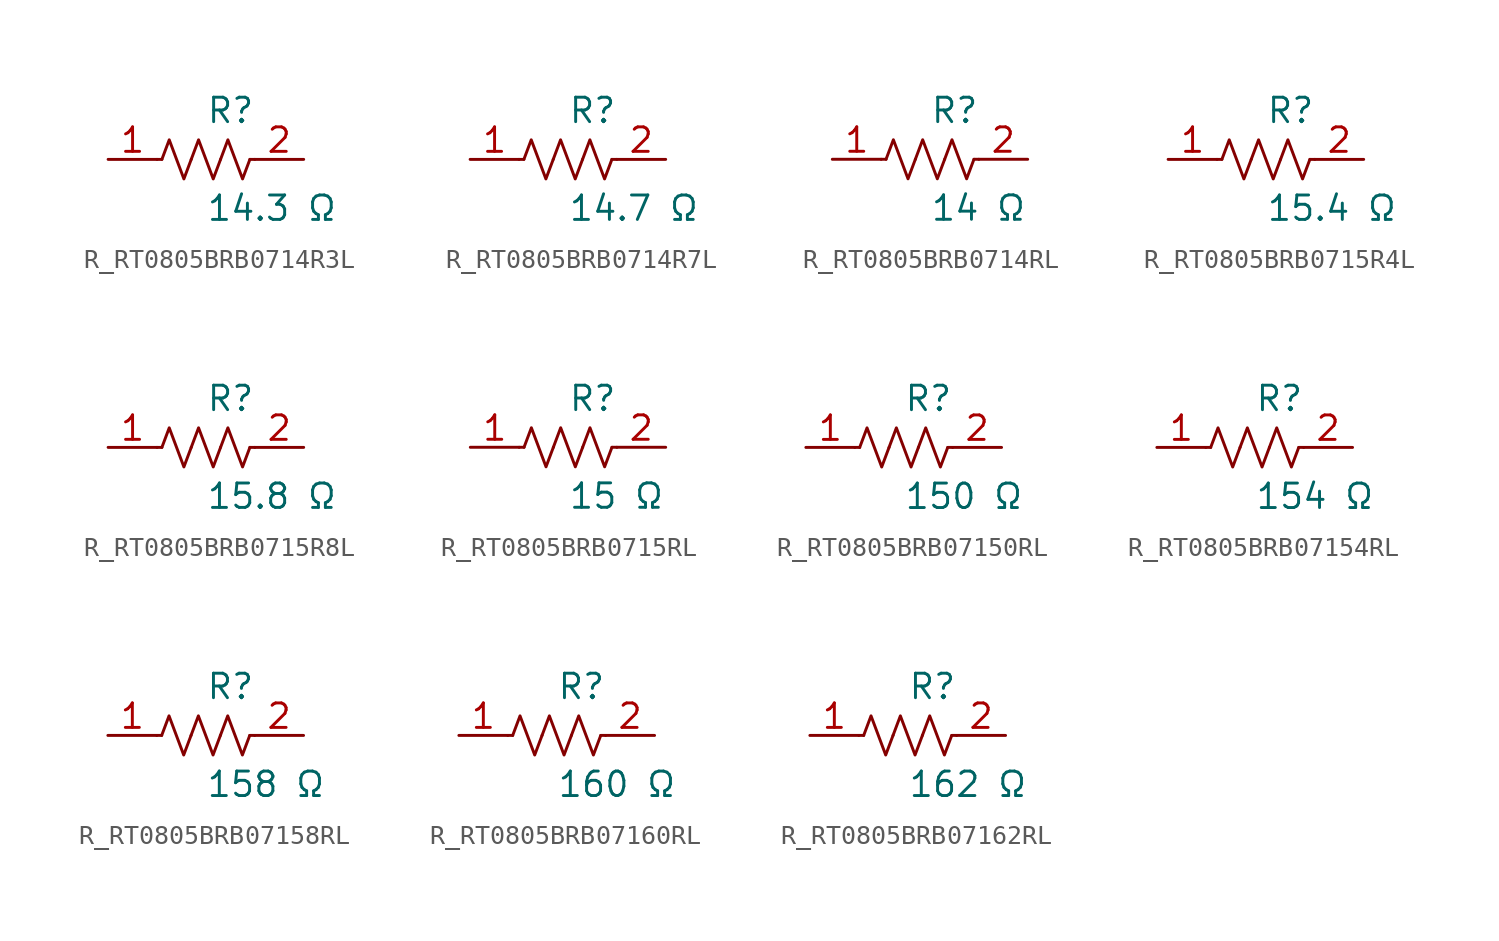
<source format=kicad_sym>
(kicad_symbol_lib
  (version 20231120)
  (generator kicad_symbol_editor)
  (generator_version 8.0)
  (symbol "R_RT0805BRB0714R3L"
    (pin_names
      (offset 0.254))
    (property "Reference" "R"
      (at 0.0 2.54 0)
      (effects (font (size 1.27 1.27)) (justify left)))
    (property "Value" "14.3 Ω"
      (at 0.0 -2.54 0)
      (effects (font (size 1.27 1.27)) (justify left)))
    (symbol "R_RT0805BRB0714R3L_0_1"
      (polyline (pts (xy 2.286 0) (xy 2.54 0)) (stroke (width 0) (type default)) (fill (type none)))
      (polyline (pts (xy -2.286 0) (xy -2.54 0)) (stroke (width 0) (type default)) (fill (type none)))
      (polyline (pts (xy 0.762 0) (xy 1.143 1.016) (xy 1.524 0) (xy 1.905 -1.016) (xy 2.286 0)) (stroke (width 0) (type default)) (fill (type none)))
      (polyline (pts (xy -0.762 0) (xy -0.381 1.016) (xy 0 0) (xy 0.381 -1.016) (xy 0.762 0)) (stroke (width 0) (type default)) (fill (type none)))
      (polyline (pts (xy -2.286 0) (xy -1.905 1.016) (xy -1.524 0) (xy -1.143 -1.016) (xy -0.762 0)) (stroke (width 0) (type default)) (fill (type none))))
    (pin unspecified line
      (at -5.08 0 0)
      (length 2.54)
      (name "" (effects (font (size 1.27 1.27))))
      (number "1" (effects (font (size 1.27 1.27)))))
    (pin unspecified line
      (at 5.08 0 180)
      (length 2.54)
      (name "" (effects (font (size 1.27 1.27))))
      (number "2" (effects (font (size 1.27 1.27))))))
  (symbol "R_RT0805BRB0714R7L"
    (pin_names
      (offset 0.254))
    (property "Reference" "R"
      (at 0.0 2.54 0)
      (effects (font (size 1.27 1.27)) (justify left)))
    (property "Value" "14.7 Ω"
      (at 0.0 -2.54 0)
      (effects (font (size 1.27 1.27)) (justify left)))
    (symbol "R_RT0805BRB0714R7L_0_1"
      (polyline (pts (xy 2.286 0) (xy 2.54 0)) (stroke (width 0) (type default)) (fill (type none)))
      (polyline (pts (xy -2.286 0) (xy -2.54 0)) (stroke (width 0) (type default)) (fill (type none)))
      (polyline (pts (xy 0.762 0) (xy 1.143 1.016) (xy 1.524 0) (xy 1.905 -1.016) (xy 2.286 0)) (stroke (width 0) (type default)) (fill (type none)))
      (polyline (pts (xy -0.762 0) (xy -0.381 1.016) (xy 0 0) (xy 0.381 -1.016) (xy 0.762 0)) (stroke (width 0) (type default)) (fill (type none)))
      (polyline (pts (xy -2.286 0) (xy -1.905 1.016) (xy -1.524 0) (xy -1.143 -1.016) (xy -0.762 0)) (stroke (width 0) (type default)) (fill (type none))))
    (pin unspecified line
      (at -5.08 0 0)
      (length 2.54)
      (name "" (effects (font (size 1.27 1.27))))
      (number "1" (effects (font (size 1.27 1.27)))))
    (pin unspecified line
      (at 5.08 0 180)
      (length 2.54)
      (name "" (effects (font (size 1.27 1.27))))
      (number "2" (effects (font (size 1.27 1.27))))))
  (symbol "R_RT0805BRB0714RL"
    (pin_names
      (offset 0.254))
    (property "Reference" "R"
      (at 0.0 2.54 0)
      (effects (font (size 1.27 1.27)) (justify left)))
    (property "Value" "14 Ω"
      (at 0.0 -2.54 0)
      (effects (font (size 1.27 1.27)) (justify left)))
    (symbol "R_RT0805BRB0714RL_0_1"
      (polyline (pts (xy 2.286 0) (xy 2.54 0)) (stroke (width 0) (type default)) (fill (type none)))
      (polyline (pts (xy -2.286 0) (xy -2.54 0)) (stroke (width 0) (type default)) (fill (type none)))
      (polyline (pts (xy 0.762 0) (xy 1.143 1.016) (xy 1.524 0) (xy 1.905 -1.016) (xy 2.286 0)) (stroke (width 0) (type default)) (fill (type none)))
      (polyline (pts (xy -0.762 0) (xy -0.381 1.016) (xy 0 0) (xy 0.381 -1.016) (xy 0.762 0)) (stroke (width 0) (type default)) (fill (type none)))
      (polyline (pts (xy -2.286 0) (xy -1.905 1.016) (xy -1.524 0) (xy -1.143 -1.016) (xy -0.762 0)) (stroke (width 0) (type default)) (fill (type none))))
    (pin unspecified line
      (at -5.08 0 0)
      (length 2.54)
      (name "" (effects (font (size 1.27 1.27))))
      (number "1" (effects (font (size 1.27 1.27)))))
    (pin unspecified line
      (at 5.08 0 180)
      (length 2.54)
      (name "" (effects (font (size 1.27 1.27))))
      (number "2" (effects (font (size 1.27 1.27))))))
  (symbol "R_RT0805BRB0715R4L"
    (pin_names
      (offset 0.254))
    (property "Reference" "R"
      (at 0.0 2.54 0)
      (effects (font (size 1.27 1.27)) (justify left)))
    (property "Value" "15.4 Ω"
      (at 0.0 -2.54 0)
      (effects (font (size 1.27 1.27)) (justify left)))
    (symbol "R_RT0805BRB0715R4L_0_1"
      (polyline (pts (xy 2.286 0) (xy 2.54 0)) (stroke (width 0) (type default)) (fill (type none)))
      (polyline (pts (xy -2.286 0) (xy -2.54 0)) (stroke (width 0) (type default)) (fill (type none)))
      (polyline (pts (xy 0.762 0) (xy 1.143 1.016) (xy 1.524 0) (xy 1.905 -1.016) (xy 2.286 0)) (stroke (width 0) (type default)) (fill (type none)))
      (polyline (pts (xy -0.762 0) (xy -0.381 1.016) (xy 0 0) (xy 0.381 -1.016) (xy 0.762 0)) (stroke (width 0) (type default)) (fill (type none)))
      (polyline (pts (xy -2.286 0) (xy -1.905 1.016) (xy -1.524 0) (xy -1.143 -1.016) (xy -0.762 0)) (stroke (width 0) (type default)) (fill (type none))))
    (pin unspecified line
      (at -5.08 0 0)
      (length 2.54)
      (name "" (effects (font (size 1.27 1.27))))
      (number "1" (effects (font (size 1.27 1.27)))))
    (pin unspecified line
      (at 5.08 0 180)
      (length 2.54)
      (name "" (effects (font (size 1.27 1.27))))
      (number "2" (effects (font (size 1.27 1.27))))))
  (symbol "R_RT0805BRB0715R8L"
    (pin_names
      (offset 0.254))
    (property "Reference" "R"
      (at 0.0 2.54 0)
      (effects (font (size 1.27 1.27)) (justify left)))
    (property "Value" "15.8 Ω"
      (at 0.0 -2.54 0)
      (effects (font (size 1.27 1.27)) (justify left)))
    (symbol "R_RT0805BRB0715R8L_0_1"
      (polyline (pts (xy 2.286 0) (xy 2.54 0)) (stroke (width 0) (type default)) (fill (type none)))
      (polyline (pts (xy -2.286 0) (xy -2.54 0)) (stroke (width 0) (type default)) (fill (type none)))
      (polyline (pts (xy 0.762 0) (xy 1.143 1.016) (xy 1.524 0) (xy 1.905 -1.016) (xy 2.286 0)) (stroke (width 0) (type default)) (fill (type none)))
      (polyline (pts (xy -0.762 0) (xy -0.381 1.016) (xy 0 0) (xy 0.381 -1.016) (xy 0.762 0)) (stroke (width 0) (type default)) (fill (type none)))
      (polyline (pts (xy -2.286 0) (xy -1.905 1.016) (xy -1.524 0) (xy -1.143 -1.016) (xy -0.762 0)) (stroke (width 0) (type default)) (fill (type none))))
    (pin unspecified line
      (at -5.08 0 0)
      (length 2.54)
      (name "" (effects (font (size 1.27 1.27))))
      (number "1" (effects (font (size 1.27 1.27)))))
    (pin unspecified line
      (at 5.08 0 180)
      (length 2.54)
      (name "" (effects (font (size 1.27 1.27))))
      (number "2" (effects (font (size 1.27 1.27))))))
  (symbol "R_RT0805BRB0715RL"
    (pin_names
      (offset 0.254))
    (property "Reference" "R"
      (at 0.0 2.54 0)
      (effects (font (size 1.27 1.27)) (justify left)))
    (property "Value" "15 Ω"
      (at 0.0 -2.54 0)
      (effects (font (size 1.27 1.27)) (justify left)))
    (symbol "R_RT0805BRB0715RL_0_1"
      (polyline (pts (xy 2.286 0) (xy 2.54 0)) (stroke (width 0) (type default)) (fill (type none)))
      (polyline (pts (xy -2.286 0) (xy -2.54 0)) (stroke (width 0) (type default)) (fill (type none)))
      (polyline (pts (xy 0.762 0) (xy 1.143 1.016) (xy 1.524 0) (xy 1.905 -1.016) (xy 2.286 0)) (stroke (width 0) (type default)) (fill (type none)))
      (polyline (pts (xy -0.762 0) (xy -0.381 1.016) (xy 0 0) (xy 0.381 -1.016) (xy 0.762 0)) (stroke (width 0) (type default)) (fill (type none)))
      (polyline (pts (xy -2.286 0) (xy -1.905 1.016) (xy -1.524 0) (xy -1.143 -1.016) (xy -0.762 0)) (stroke (width 0) (type default)) (fill (type none))))
    (pin unspecified line
      (at -5.08 0 0)
      (length 2.54)
      (name "" (effects (font (size 1.27 1.27))))
      (number "1" (effects (font (size 1.27 1.27)))))
    (pin unspecified line
      (at 5.08 0 180)
      (length 2.54)
      (name "" (effects (font (size 1.27 1.27))))
      (number "2" (effects (font (size 1.27 1.27))))))
  (symbol "R_RT0805BRB07150RL"
    (pin_names
      (offset 0.254))
    (property "Reference" "R"
      (at 0.0 2.54 0)
      (effects (font (size 1.27 1.27)) (justify left)))
    (property "Value" "150 Ω"
      (at 0.0 -2.54 0)
      (effects (font (size 1.27 1.27)) (justify left)))
    (symbol "R_RT0805BRB07150RL_0_1"
      (polyline (pts (xy 2.286 0) (xy 2.54 0)) (stroke (width 0) (type default)) (fill (type none)))
      (polyline (pts (xy -2.286 0) (xy -2.54 0)) (stroke (width 0) (type default)) (fill (type none)))
      (polyline (pts (xy 0.762 0) (xy 1.143 1.016) (xy 1.524 0) (xy 1.905 -1.016) (xy 2.286 0)) (stroke (width 0) (type default)) (fill (type none)))
      (polyline (pts (xy -0.762 0) (xy -0.381 1.016) (xy 0 0) (xy 0.381 -1.016) (xy 0.762 0)) (stroke (width 0) (type default)) (fill (type none)))
      (polyline (pts (xy -2.286 0) (xy -1.905 1.016) (xy -1.524 0) (xy -1.143 -1.016) (xy -0.762 0)) (stroke (width 0) (type default)) (fill (type none))))
    (pin unspecified line
      (at -5.08 0 0)
      (length 2.54)
      (name "" (effects (font (size 1.27 1.27))))
      (number "1" (effects (font (size 1.27 1.27)))))
    (pin unspecified line
      (at 5.08 0 180)
      (length 2.54)
      (name "" (effects (font (size 1.27 1.27))))
      (number "2" (effects (font (size 1.27 1.27))))))
  (symbol "R_RT0805BRB07154RL"
    (pin_names
      (offset 0.254))
    (property "Reference" "R"
      (at 0.0 2.54 0)
      (effects (font (size 1.27 1.27)) (justify left)))
    (property "Value" "154 Ω"
      (at 0.0 -2.54 0)
      (effects (font (size 1.27 1.27)) (justify left)))
    (symbol "R_RT0805BRB07154RL_0_1"
      (polyline (pts (xy 2.286 0) (xy 2.54 0)) (stroke (width 0) (type default)) (fill (type none)))
      (polyline (pts (xy -2.286 0) (xy -2.54 0)) (stroke (width 0) (type default)) (fill (type none)))
      (polyline (pts (xy 0.762 0) (xy 1.143 1.016) (xy 1.524 0) (xy 1.905 -1.016) (xy 2.286 0)) (stroke (width 0) (type default)) (fill (type none)))
      (polyline (pts (xy -0.762 0) (xy -0.381 1.016) (xy 0 0) (xy 0.381 -1.016) (xy 0.762 0)) (stroke (width 0) (type default)) (fill (type none)))
      (polyline (pts (xy -2.286 0) (xy -1.905 1.016) (xy -1.524 0) (xy -1.143 -1.016) (xy -0.762 0)) (stroke (width 0) (type default)) (fill (type none))))
    (pin unspecified line
      (at -5.08 0 0)
      (length 2.54)
      (name "" (effects (font (size 1.27 1.27))))
      (number "1" (effects (font (size 1.27 1.27)))))
    (pin unspecified line
      (at 5.08 0 180)
      (length 2.54)
      (name "" (effects (font (size 1.27 1.27))))
      (number "2" (effects (font (size 1.27 1.27))))))
  (symbol "R_RT0805BRB07158RL"
    (pin_names
      (offset 0.254))
    (property "Reference" "R"
      (at 0.0 2.54 0)
      (effects (font (size 1.27 1.27)) (justify left)))
    (property "Value" "158 Ω"
      (at 0.0 -2.54 0)
      (effects (font (size 1.27 1.27)) (justify left)))
    (symbol "R_RT0805BRB07158RL_0_1"
      (polyline (pts (xy 2.286 0) (xy 2.54 0)) (stroke (width 0) (type default)) (fill (type none)))
      (polyline (pts (xy -2.286 0) (xy -2.54 0)) (stroke (width 0) (type default)) (fill (type none)))
      (polyline (pts (xy 0.762 0) (xy 1.143 1.016) (xy 1.524 0) (xy 1.905 -1.016) (xy 2.286 0)) (stroke (width 0) (type default)) (fill (type none)))
      (polyline (pts (xy -0.762 0) (xy -0.381 1.016) (xy 0 0) (xy 0.381 -1.016) (xy 0.762 0)) (stroke (width 0) (type default)) (fill (type none)))
      (polyline (pts (xy -2.286 0) (xy -1.905 1.016) (xy -1.524 0) (xy -1.143 -1.016) (xy -0.762 0)) (stroke (width 0) (type default)) (fill (type none))))
    (pin unspecified line
      (at -5.08 0 0)
      (length 2.54)
      (name "" (effects (font (size 1.27 1.27))))
      (number "1" (effects (font (size 1.27 1.27)))))
    (pin unspecified line
      (at 5.08 0 180)
      (length 2.54)
      (name "" (effects (font (size 1.27 1.27))))
      (number "2" (effects (font (size 1.27 1.27))))))
  (symbol "R_RT0805BRB07160RL"
    (pin_names
      (offset 0.254))
    (property "Reference" "R"
      (at 0.0 2.54 0)
      (effects (font (size 1.27 1.27)) (justify left)))
    (property "Value" "160 Ω"
      (at 0.0 -2.54 0)
      (effects (font (size 1.27 1.27)) (justify left)))
    (symbol "R_RT0805BRB07160RL_0_1"
      (polyline (pts (xy 2.286 0) (xy 2.54 0)) (stroke (width 0) (type default)) (fill (type none)))
      (polyline (pts (xy -2.286 0) (xy -2.54 0)) (stroke (width 0) (type default)) (fill (type none)))
      (polyline (pts (xy 0.762 0) (xy 1.143 1.016) (xy 1.524 0) (xy 1.905 -1.016) (xy 2.286 0)) (stroke (width 0) (type default)) (fill (type none)))
      (polyline (pts (xy -0.762 0) (xy -0.381 1.016) (xy 0 0) (xy 0.381 -1.016) (xy 0.762 0)) (stroke (width 0) (type default)) (fill (type none)))
      (polyline (pts (xy -2.286 0) (xy -1.905 1.016) (xy -1.524 0) (xy -1.143 -1.016) (xy -0.762 0)) (stroke (width 0) (type default)) (fill (type none))))
    (pin unspecified line
      (at -5.08 0 0)
      (length 2.54)
      (name "" (effects (font (size 1.27 1.27))))
      (number "1" (effects (font (size 1.27 1.27)))))
    (pin unspecified line
      (at 5.08 0 180)
      (length 2.54)
      (name "" (effects (font (size 1.27 1.27))))
      (number "2" (effects (font (size 1.27 1.27))))))
  (symbol "R_RT0805BRB07162RL"
    (pin_names
      (offset 0.254))
    (property "Reference" "R"
      (at 0.0 2.54 0)
      (effects (font (size 1.27 1.27)) (justify left)))
    (property "Value" "162 Ω"
      (at 0.0 -2.54 0)
      (effects (font (size 1.27 1.27)) (justify left)))
    (symbol "R_RT0805BRB07162RL_0_1"
      (polyline (pts (xy 2.286 0) (xy 2.54 0)) (stroke (width 0) (type default)) (fill (type none)))
      (polyline (pts (xy -2.286 0) (xy -2.54 0)) (stroke (width 0) (type default)) (fill (type none)))
      (polyline (pts (xy 0.762 0) (xy 1.143 1.016) (xy 1.524 0) (xy 1.905 -1.016) (xy 2.286 0)) (stroke (width 0) (type default)) (fill (type none)))
      (polyline (pts (xy -0.762 0) (xy -0.381 1.016) (xy 0 0) (xy 0.381 -1.016) (xy 0.762 0)) (stroke (width 0) (type default)) (fill (type none)))
      (polyline (pts (xy -2.286 0) (xy -1.905 1.016) (xy -1.524 0) (xy -1.143 -1.016) (xy -0.762 0)) (stroke (width 0) (type default)) (fill (type none))))
    (pin unspecified line
      (at -5.08 0 0)
      (length 2.54)
      (name "" (effects (font (size 1.27 1.27))))
      (number "1" (effects (font (size 1.27 1.27)))))
    (pin unspecified line
      (at 5.08 0 180)
      (length 2.54)
      (name "" (effects (font (size 1.27 1.27))))
      (number "2" (effects (font (size 1.27 1.27)))))))
</source>
